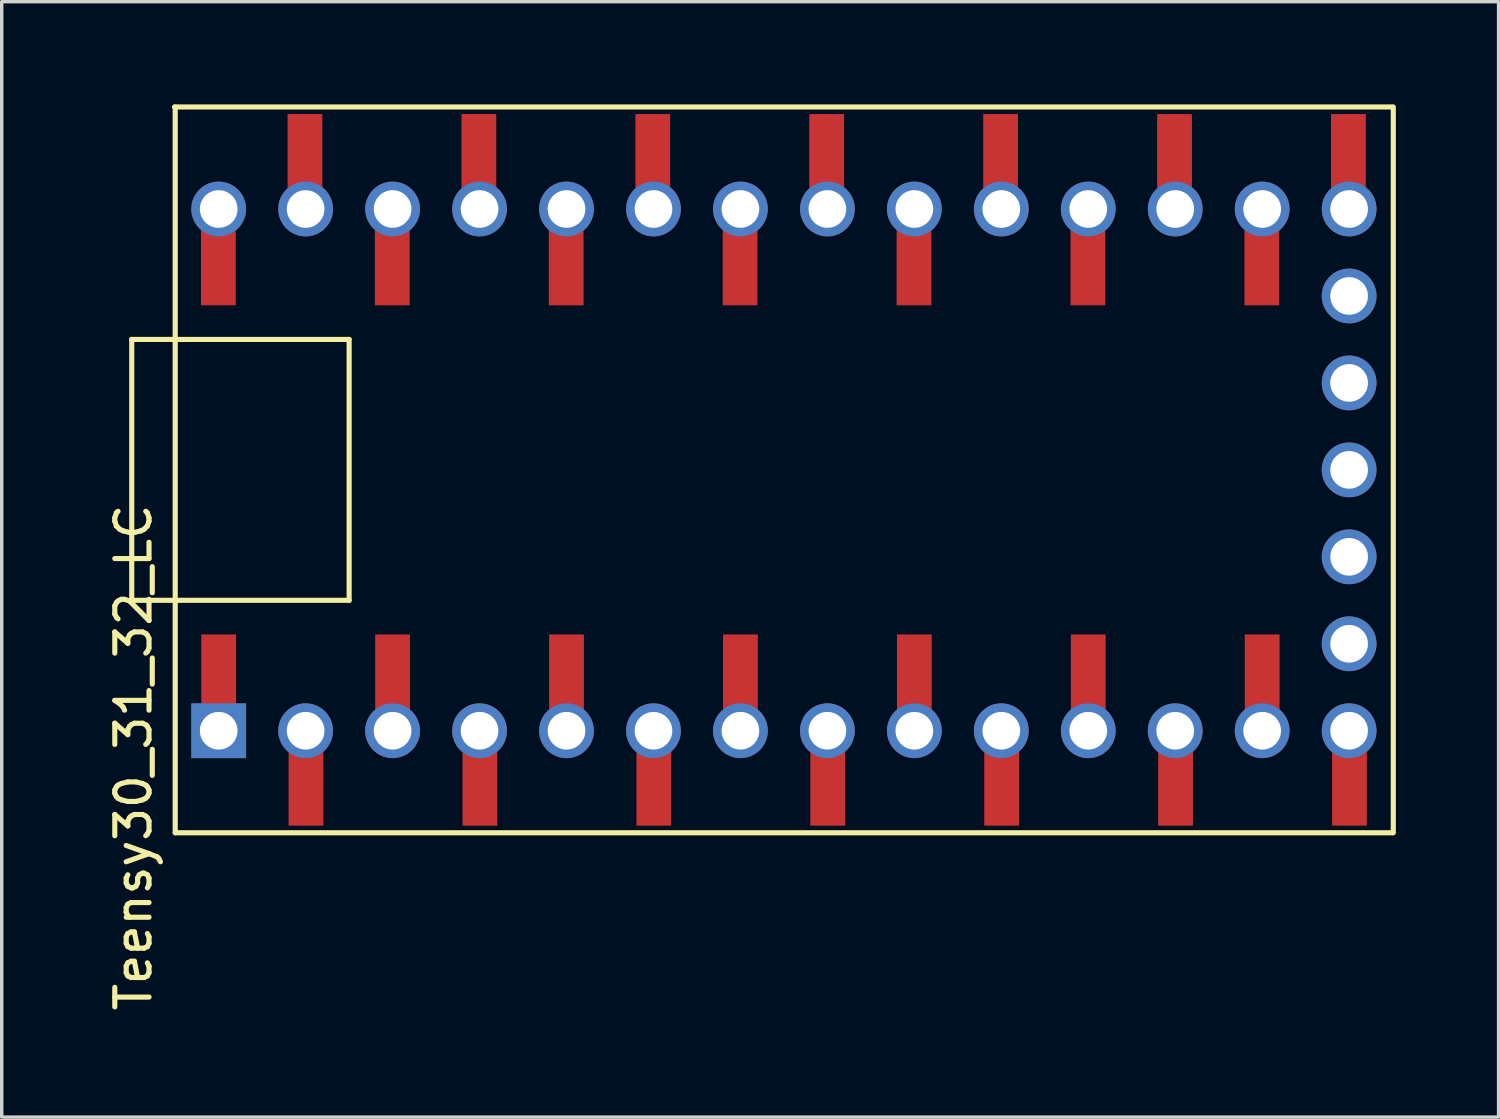
<source format=kicad_pcb>
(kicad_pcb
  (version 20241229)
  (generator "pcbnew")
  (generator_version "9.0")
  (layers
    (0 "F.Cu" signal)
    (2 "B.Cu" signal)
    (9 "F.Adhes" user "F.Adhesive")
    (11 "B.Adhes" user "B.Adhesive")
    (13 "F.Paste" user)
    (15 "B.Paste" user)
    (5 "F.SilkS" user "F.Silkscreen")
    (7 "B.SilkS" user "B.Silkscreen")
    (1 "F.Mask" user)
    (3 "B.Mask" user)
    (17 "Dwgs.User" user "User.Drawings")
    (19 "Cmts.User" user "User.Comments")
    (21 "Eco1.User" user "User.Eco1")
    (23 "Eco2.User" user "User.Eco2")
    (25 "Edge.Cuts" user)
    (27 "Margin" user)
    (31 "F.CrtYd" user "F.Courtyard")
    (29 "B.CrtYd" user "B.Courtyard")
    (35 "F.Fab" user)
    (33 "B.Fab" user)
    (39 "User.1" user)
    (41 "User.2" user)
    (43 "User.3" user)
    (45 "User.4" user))
  (footprint "Teensy30_31_32_LC"
    (layer "F.Cu")
    (at 19.848 10.675)
    (property "Reference" "Teensy30_31_32_LC" (at -19 8.4 90) (layer "F.SilkS") (effects (font (size 1 1) (thickness 0.15))))
    (attr through_hole)
    (fp_line (start -19.05 -3.81) (end -17.78 -3.81) (stroke (width 0.15) (type solid)) (layer "F.SilkS"))
    (fp_line (start -19.05 3.81) (end -19.05 -3.81) (stroke (width 0.15) (type solid)) (layer "F.SilkS"))
    (fp_line (start -17.8 -10.6) (end 17.76 -10.6) (stroke (width 0.15) (type solid)) (layer "F.SilkS"))
    (fp_line (start -17.78 3.81) (end -19.05 3.81) (stroke (width 0.15) (type solid)) (layer "F.SilkS"))
    (fp_line (start -17.78 10.6) (end -17.78 -10.6) (stroke (width 0.15) (type solid)) (layer "F.SilkS"))
    (fp_line (start -12.7 -3.81) (end -17.78 -3.81) (stroke (width 0.15) (type solid)) (layer "F.SilkS"))
    (fp_line (start -12.7 3.81) (end -17.78 3.81) (stroke (width 0.15) (type solid)) (layer "F.SilkS"))
    (fp_line (start -12.7 3.81) (end -12.7 -3.81) (stroke (width 0.15) (type solid)) (layer "F.SilkS"))
    (fp_line (start 17.78 10.6) (end -17.78 10.6) (stroke (width 0.15) (type solid)) (layer "F.SilkS"))
    (fp_line (start 17.8 -10.6) (end 17.8 10.6) (stroke (width 0.15) (type solid)) (layer "F.SilkS"))
    (pad "0" thru_hole circle (at -13.97 7.62) (size 1.6 1.6) (drill 1.1) (layers "*.Cu" "*.Mask"))
    (pad "0" smd rect (at -13.96 9.25 180) (size 1.016 2.286) (layers "F.Cu" "F.Mask" "F.Paste"))
    (pad "1" smd rect (at -11.43 5.95 180) (size 1.016 2.286) (layers "F.Cu" "F.Mask" "F.Paste"))
    (pad "1" thru_hole circle (at -11.43 7.62) (size 1.6 1.6) (drill 1.1) (layers "*.Cu" "*.Mask"))
    (pad "2" thru_hole circle (at -8.89 7.62) (size 1.6 1.6) (drill 1.1) (layers "*.Cu" "*.Mask"))
    (pad "2" smd rect (at -8.88 9.25 180) (size 1.016 2.286) (layers "F.Cu" "F.Mask" "F.Paste"))
    (pad "3" smd rect (at -6.35 5.95 180) (size 1.016 2.286) (layers "F.Cu" "F.Mask" "F.Paste"))
    (pad "3" thru_hole circle (at -6.35 7.62) (size 1.6 1.6) (drill 1.1) (layers "*.Cu" "*.Mask"))
    (pad "3.3V" thru_hole circle (at 16.51 2.54) (size 1.6 1.6) (drill 1.1) (layers "*.Cu" "*.Mask"))
    (pad "3V3" smd rect (at -11.44 -5.95) (size 1.016 2.286) (layers "F.Cu" "F.Mask" "F.Paste"))
    (pad "3V3" thru_hole circle (at -11.43 -7.62) (size 1.6 1.6) (drill 1.1) (layers "*.Cu" "*.Mask"))
    (pad "4" thru_hole circle (at -3.81 7.62) (size 1.6 1.6) (drill 1.1) (layers "*.Cu" "*.Mask"))
    (pad "4" smd rect (at -3.8 9.25 180) (size 1.016 2.286) (layers "F.Cu" "F.Mask" "F.Paste"))
    (pad "5" smd rect (at -1.27 5.95 180) (size 1.016 2.286) (layers "F.Cu" "F.Mask" "F.Paste"))
    (pad "5" thru_hole circle (at -1.27 7.62) (size 1.6 1.6) (drill 1.1) (layers "*.Cu" "*.Mask"))
    (pad "6" thru_hole circle (at 1.27 7.62) (size 1.6 1.6) (drill 1.1) (layers "*.Cu" "*.Mask"))
    (pad "6" smd rect (at 1.28 9.25 180) (size 1.016 2.286) (layers "F.Cu" "F.Mask" "F.Paste"))
    (pad "7" smd rect (at 3.81 5.95 180) (size 1.016 2.286) (layers "F.Cu" "F.Mask" "F.Paste"))
    (pad "7" thru_hole circle (at 3.81 7.62) (size 1.6 1.6) (drill 1.1) (layers "*.Cu" "*.Mask"))
    (pad "8" thru_hole circle (at 6.35 7.62) (size 1.6 1.6) (drill 1.1) (layers "*.Cu" "*.Mask"))
    (pad "8" smd rect (at 6.36 9.25 180) (size 1.016 2.286) (layers "F.Cu" "F.Mask" "F.Paste"))
    (pad "9" smd rect (at 8.89 5.95 180) (size 1.016 2.286) (layers "F.Cu" "F.Mask" "F.Paste"))
    (pad "9" thru_hole circle (at 8.89 7.62) (size 1.6 1.6) (drill 1.1) (layers "*.Cu" "*.Mask"))
    (pad "10" thru_hole circle (at 11.43 7.62) (size 1.6 1.6) (drill 1.1) (layers "*.Cu" "*.Mask"))
    (pad "10" smd rect (at 11.44 9.25 180) (size 1.016 2.286) (layers "F.Cu" "F.Mask" "F.Paste"))
    (pad "11" smd rect (at 13.97 5.95 180) (size 1.016 2.286) (layers "F.Cu" "F.Mask" "F.Paste"))
    (pad "11" thru_hole circle (at 13.97 7.62) (size 1.6 1.6) (drill 1.1) (layers "*.Cu" "*.Mask"))
    (pad "12" thru_hole circle (at 16.51 7.62) (size 1.6 1.6) (drill 1.1) (layers "*.Cu" "*.Mask"))
    (pad "12" smd rect (at 16.52 9.25 180) (size 1.016 2.286) (layers "F.Cu" "F.Mask" "F.Paste"))
    (pad "13" smd rect (at 16.49 -9.25) (size 1.016 2.286) (layers "F.Cu" "F.Mask" "F.Paste"))
    (pad "13" thru_hole circle (at 16.51 -7.62) (size 1.6 1.6) (drill 1.1) (layers "*.Cu" "*.Mask"))
    (pad "14" smd rect (at 13.96 -5.95) (size 1.016 2.286) (layers "F.Cu" "F.Mask" "F.Paste"))
    (pad "14" thru_hole circle (at 13.97 -7.62) (size 1.6 1.6) (drill 1.1) (layers "*.Cu" "*.Mask"))
    (pad "15" smd rect (at 11.41 -9.25) (size 1.016 2.286) (layers "F.Cu" "F.Mask" "F.Paste"))
    (pad "15" thru_hole circle (at 11.43 -7.62) (size 1.6 1.6) (drill 1.1) (layers "*.Cu" "*.Mask"))
    (pad "16" smd rect (at 8.88 -5.95) (size 1.016 2.286) (layers "F.Cu" "F.Mask" "F.Paste"))
    (pad "16" thru_hole circle (at 8.89 -7.62) (size 1.6 1.6) (drill 1.1) (layers "*.Cu" "*.Mask"))
    (pad "17" smd rect (at 6.33 -9.25) (size 1.016 2.286) (layers "F.Cu" "F.Mask" "F.Paste"))
    (pad "17" thru_hole circle (at 6.35 -7.62) (size 1.6 1.6) (drill 1.1) (layers "*.Cu" "*.Mask"))
    (pad "18" smd rect (at 3.8 -5.95) (size 1.016 2.286) (layers "F.Cu" "F.Mask" "F.Paste"))
    (pad "18" thru_hole circle (at 3.81 -7.62) (size 1.6 1.6) (drill 1.1) (layers "*.Cu" "*.Mask"))
    (pad "19" smd rect (at 1.25 -9.25) (size 1.016 2.286) (layers "F.Cu" "F.Mask" "F.Paste"))
    (pad "19" thru_hole circle (at 1.27 -7.62) (size 1.6 1.6) (drill 1.1) (layers "*.Cu" "*.Mask"))
    (pad "20" smd rect (at -1.28 -5.95) (size 1.016 2.286) (layers "F.Cu" "F.Mask" "F.Paste"))
    (pad "20" thru_hole circle (at -1.27 -7.62) (size 1.6 1.6) (drill 1.1) (layers "*.Cu" "*.Mask"))
    (pad "21" smd rect (at -3.83 -9.25) (size 1.016 2.286) (layers "F.Cu" "F.Mask" "F.Paste"))
    (pad "21" thru_hole circle (at -3.81 -7.62) (size 1.6 1.6) (drill 1.1) (layers "*.Cu" "*.Mask"))
    (pad "22" smd rect (at -6.36 -5.95) (size 1.016 2.286) (layers "F.Cu" "F.Mask" "F.Paste"))
    (pad "22" thru_hole circle (at -6.35 -7.62) (size 1.6 1.6) (drill 1.1) (layers "*.Cu" "*.Mask"))
    (pad "23" smd rect (at -8.91 -9.25) (size 1.016 2.286) (layers "F.Cu" "F.Mask" "F.Paste"))
    (pad "23" thru_hole circle (at -8.89 -7.62) (size 1.6 1.6) (drill 1.1) (layers "*.Cu" "*.Mask"))
    (pad "A14" thru_hole circle (at 16.51 -5.08) (size 1.6 1.6) (drill 1.1) (layers "*.Cu" "*.Mask"))
    (pad "AGND" smd rect (at -13.99 -9.25) (size 1.016 2.286) (layers "F.Cu" "F.Mask" "F.Paste"))
    (pad "AGND" thru_hole circle (at -13.97 -7.62) (size 1.6 1.6) (drill 1.1) (layers "*.Cu" "*.Mask"))
    (pad "GND" smd rect (at -16.51 5.95 180) (size 1.016 2.286) (layers "F.Cu" "F.Mask" "F.Paste"))
    (pad "GND" thru_hole rect (at -16.51 7.62) (size 1.6 1.6) (drill 1.1) (layers "*.Cu" "*.Mask"))
    (pad "GND" thru_hole circle (at 16.51 0) (size 1.6 1.6) (drill 1.1) (layers "*.Cu" "*.Mask"))
    (pad "Program" thru_hole circle (at 16.51 -2.54) (size 1.6 1.6) (drill 1.1) (layers "*.Cu" "*.Mask"))
    (pad "VBat" thru_hole circle (at 16.51 5.08) (size 1.6 1.6) (drill 1.1) (layers "*.Cu" "*.Mask"))
    (pad "Vin" smd rect (at -16.52 -5.95) (size 1.016 2.286) (layers "F.Cu" "F.Mask" "F.Paste"))
    (pad "Vin" thru_hole circle (at -16.51 -7.62) (size 1.6 1.6) (drill 1.1) (layers "*.Cu" "*.Mask")))
  (gr_rect
    (start -3 -3)
    (end 40.723 29.581)
    (stroke (width 0.1) (type default))
    (fill no)
    (layer "Edge.Cuts")))
</source>
